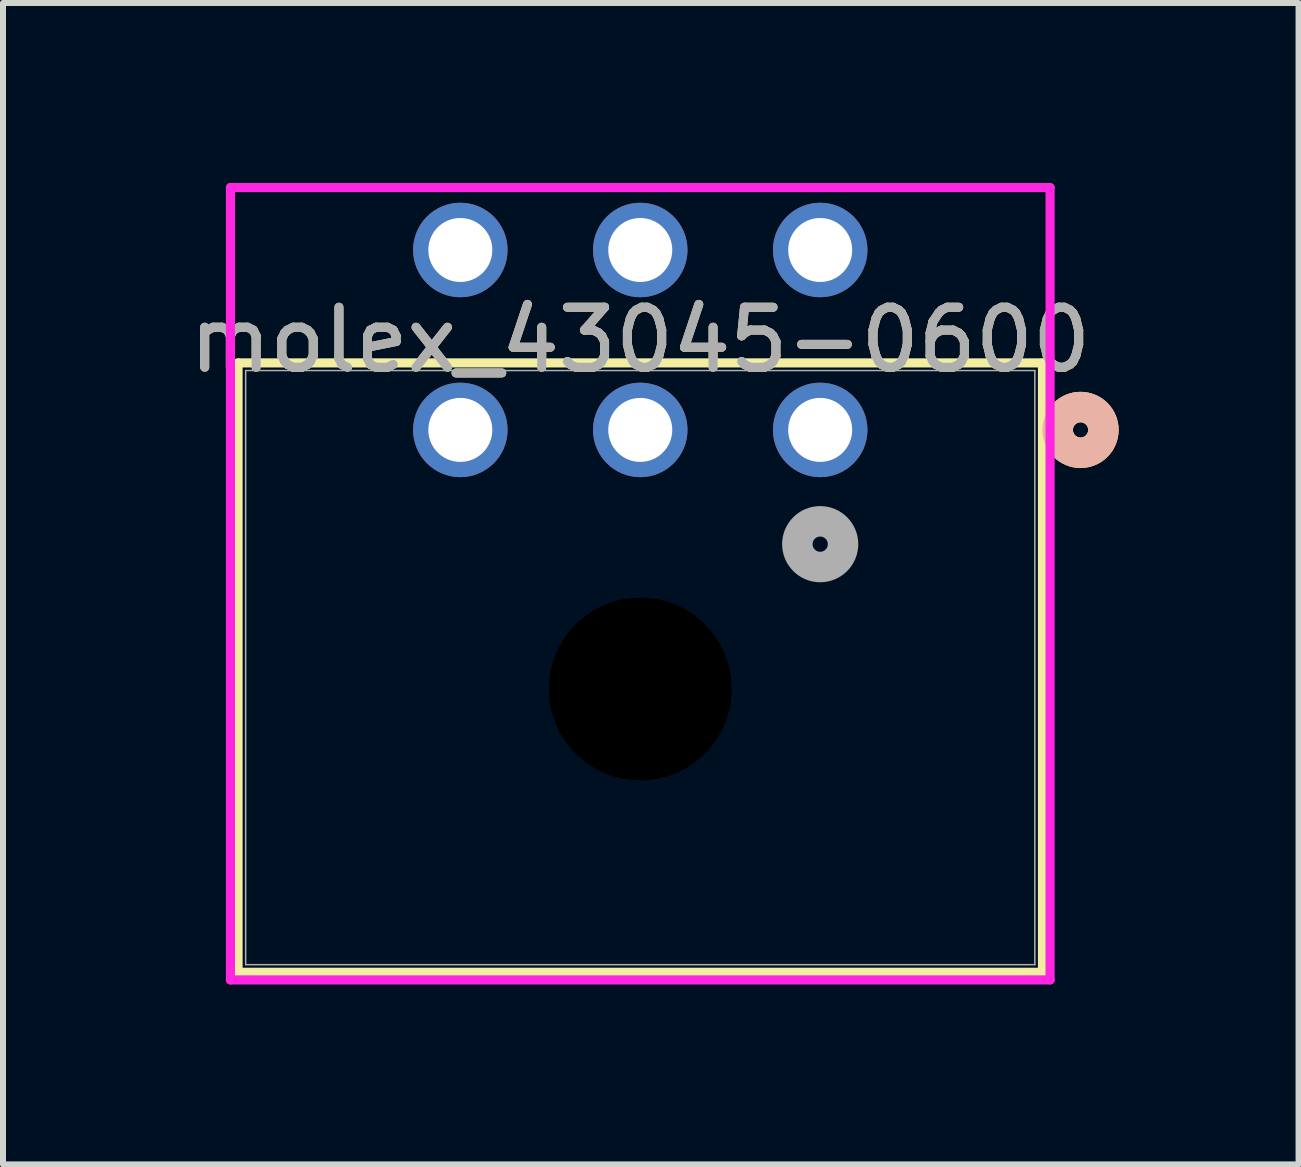
<source format=kicad_pcb>
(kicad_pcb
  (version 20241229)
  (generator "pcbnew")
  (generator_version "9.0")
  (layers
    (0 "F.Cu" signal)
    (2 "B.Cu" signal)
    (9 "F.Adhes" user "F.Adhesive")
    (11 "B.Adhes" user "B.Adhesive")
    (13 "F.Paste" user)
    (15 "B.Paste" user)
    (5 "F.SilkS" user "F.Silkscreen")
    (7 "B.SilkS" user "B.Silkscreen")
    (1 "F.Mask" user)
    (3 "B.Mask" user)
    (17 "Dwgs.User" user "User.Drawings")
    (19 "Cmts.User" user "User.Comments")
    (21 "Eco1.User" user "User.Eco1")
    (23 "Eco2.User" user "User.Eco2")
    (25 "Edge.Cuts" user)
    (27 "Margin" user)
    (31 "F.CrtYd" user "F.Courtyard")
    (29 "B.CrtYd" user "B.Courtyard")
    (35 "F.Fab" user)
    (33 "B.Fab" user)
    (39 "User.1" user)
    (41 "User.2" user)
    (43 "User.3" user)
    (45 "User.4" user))
  (footprint "molex_43045-0600"
    (layer "F.Cu")
    (at 10.625 4.118)
    (property "Reference" "molex_43045-0600" (at -3 -1.5 0) (unlocked yes) (layer "F.SilkS") (effects (font (size 1 1) (thickness 0.15))))
    (attr through_hole)
    (fp_line (start -9.706 -1.117) (end -9.706 9.043) (stroke (width 0.152) (type solid)) (layer "F.SilkS"))
    (fp_line (start -9.706 9.043) (end 3.706 9.043) (stroke (width 0.152) (type solid)) (layer "F.SilkS"))
    (fp_line (start 3.706 -1.117) (end -9.706 -1.117) (stroke (width 0.152) (type solid)) (layer "F.SilkS"))
    (fp_line (start 3.706 9.043) (end 3.706 -1.117) (stroke (width 0.152) (type solid)) (layer "F.SilkS"))
    (fp_circle (center 4.341 0) (end 4.722 0) (stroke (width 0.508) (type solid)) (fill no) (layer "F.SilkS"))
    (fp_circle (center 4.341 0) (end 4.722 0) (stroke (width 0.508) (type solid)) (fill no) (layer "B.SilkS"))
    (fp_line (start -9.833 -4.041) (end -9.833 9.17) (stroke (width 0.152) (type solid)) (layer "F.CrtYd"))
    (fp_line (start -9.833 9.17) (end 3.833 9.17) (stroke (width 0.152) (type solid)) (layer "F.CrtYd"))
    (fp_line (start 3.833 -4.041) (end -9.833 -4.041) (stroke (width 0.152) (type solid)) (layer "F.CrtYd"))
    (fp_line (start 3.833 9.17) (end 3.833 -4.041) (stroke (width 0.152) (type solid)) (layer "F.CrtYd"))
    (fp_line (start -9.579 -0.99) (end -9.579 8.916) (stroke (width 0.025) (type solid)) (layer "F.Fab"))
    (fp_line (start -9.579 8.916) (end 3.579 8.916) (stroke (width 0.025) (type solid)) (layer "F.Fab"))
    (fp_line (start 3.579 -0.99) (end -9.579 -0.99) (stroke (width 0.025) (type solid)) (layer "F.Fab"))
    (fp_line (start 3.579 8.916) (end 3.579 -0.99) (stroke (width 0.025) (type solid)) (layer "F.Fab"))
    (fp_circle (center 0 1.905) (end 0.381 1.905) (stroke (width 0.508) (type solid)) (fill no) (layer "F.Fab"))
    (fp_text user "${REFERENCE}" (at -3 -1.5 0) (unlocked yes) (layer "F.Fab") (effects (font (size 1 1) (thickness 0.15))))
    (pad "" np_thru_hole circle (at -3 4.32) (size 3.048 3.048) (drill 3.048) (layers))
    (pad "1" thru_hole circle (at 0 0) (size 1.575 1.575) (drill 1.067) (layers "*.Cu" "*.Mask"))
    (pad "2" thru_hole circle (at -3 0) (size 1.575 1.575) (drill 1.067) (layers "*.Cu" "*.Mask"))
    (pad "3" thru_hole circle (at -6 0) (size 1.575 1.575) (drill 1.067) (layers "*.Cu" "*.Mask"))
    (pad "4" thru_hole circle (at 0 -3) (size 1.575 1.575) (drill 1.067) (layers "*.Cu" "*.Mask"))
    (pad "5" thru_hole circle (at -3 -3) (size 1.575 1.575) (drill 1.067) (layers "*.Cu" "*.Mask"))
    (pad "6" thru_hole circle (at -6 -3) (size 1.575 1.575) (drill 1.067) (layers "*.Cu" "*.Mask")))
  (gr_rect
    (start -3 -3)
    (end 18.601 16.364)
    (stroke (width 0.1) (type default))
    (fill no)
    (layer "Edge.Cuts")))
</source>
